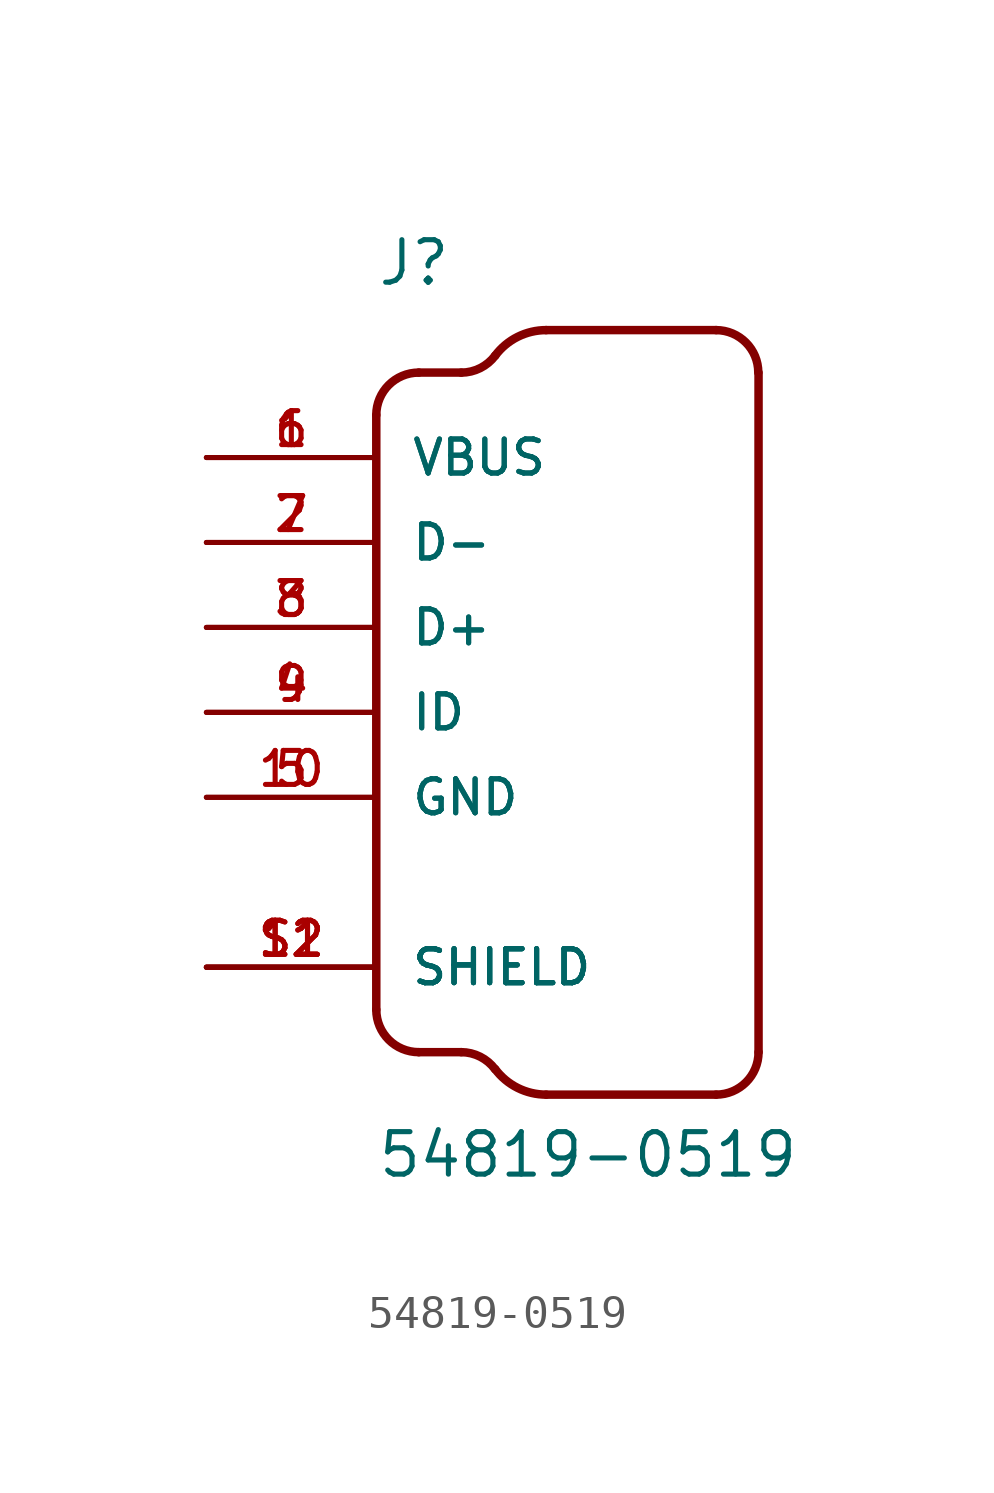
<source format=kicad_sym>
(kicad_symbol_lib
  (version 20211014)
  (generator kicad_symbol_editor)
  (symbol "54819-0519"
    (pin_names
      (offset 1.016))
    (property "Reference" "J"
      (at -2.54 10.16 0)
      (effects (font (size 1.27 1.27)) (justify bottom left)))
    (property "Value" "54819-0519"
      (at -2.54 -16.51 0)
      (effects (font (size 1.27 1.27)) (justify bottom left)))
    (symbol "54819-0519_0_0"
      (polyline (pts (xy -2.54 6.35) (xy -2.54 -11.43)) (stroke (width 0.254)))
      (arc (start -1.27 -12.7) (mid -2.168 -12.328) (end -2.54 -11.43) (stroke (width 0.254) (type default) (color 0 0 0 0)) (fill (type none)))
      (polyline (pts (xy -1.27 -12.7) (xy 0.0 -12.7)) (stroke (width 0.254)))
      (arc (start 1.016 -13.208) (mid 0.5667 -12.8334) (end 0.0 -12.7) (stroke (width 0.254) (type default) (color 0 0 0 0)) (fill (type none)))
      (arc (start 2.54 -13.97) (mid 1.6861 -13.7679) (end 1.016 -13.208) (stroke (width 0.254) (type default) (color 0 0 0 0)) (fill (type none)))
      (polyline (pts (xy 2.54 -13.97) (xy 7.62 -13.97)) (stroke (width 0.254)))
      (arc (start 8.89 -12.7) (mid 8.518 -13.598) (end 7.62 -13.97) (stroke (width 0.254) (type default) (color 0 0 0 0)) (fill (type none)))
      (polyline (pts (xy 8.89 -12.7) (xy 8.89 7.62)) (stroke (width 0.254)))
      (arc (start -1.27 7.62) (mid -2.168 7.248) (end -2.54 6.35) (stroke (width 0.254) (type default) (color 0 0 0 0)) (fill (type none)))
      (polyline (pts (xy -1.27 7.62) (xy 0.0 7.62)) (stroke (width 0.254)))
      (arc (start 1.016 8.128) (mid 0.5667 7.7534) (end 0.0 7.62) (stroke (width 0.254) (type default) (color 0 0 0 0)) (fill (type none)))
      (arc (start 2.54 8.89) (mid 1.6861 8.6879) (end 1.016 8.128) (stroke (width 0.254) (type default) (color 0 0 0 0)) (fill (type none)))
      (polyline (pts (xy 2.54 8.89) (xy 7.62 8.89)) (stroke (width 0.254)))
      (arc (start 8.89 7.62) (mid 8.518 8.518) (end 7.62 8.89) (stroke (width 0.254) (type default) (color 0 0 0 0)) (fill (type none)))
      (pin power_in line (at -7.62 5.08 0) (length 5.08) (name "VBUS" (effects (font (size 1.016 1.016)))) (number "1" (effects (font (size 1.016 1.016)))))
      (pin power_in line (at -7.62 5.08 0) (length 5.08) (name "VBUS" (effects (font (size 1.016 1.016)))) (number "6" (effects (font (size 1.016 1.016)))))
      (pin bidirectional line (at -7.62 2.54 0) (length 5.08) (name "D-" (effects (font (size 1.016 1.016)))) (number "2" (effects (font (size 1.016 1.016)))))
      (pin bidirectional line (at -7.62 2.54 0) (length 5.08) (name "D-" (effects (font (size 1.016 1.016)))) (number "7" (effects (font (size 1.016 1.016)))))
      (pin bidirectional line (at -7.62 0.0 0) (length 5.08) (name "D+" (effects (font (size 1.016 1.016)))) (number "3" (effects (font (size 1.016 1.016)))))
      (pin bidirectional line (at -7.62 0.0 0) (length 5.08) (name "D+" (effects (font (size 1.016 1.016)))) (number "8" (effects (font (size 1.016 1.016)))))
      (pin bidirectional line (at -7.62 -2.54 0) (length 5.08) (name "ID" (effects (font (size 1.016 1.016)))) (number "4" (effects (font (size 1.016 1.016)))))
      (pin bidirectional line (at -7.62 -2.54 0) (length 5.08) (name "ID" (effects (font (size 1.016 1.016)))) (number "9" (effects (font (size 1.016 1.016)))))
      (pin power_in line (at -7.62 -5.08 0) (length 5.08) (name "GND" (effects (font (size 1.016 1.016)))) (number "5" (effects (font (size 1.016 1.016)))))
      (pin power_in line (at -7.62 -5.08 0) (length 5.08) (name "GND" (effects (font (size 1.016 1.016)))) (number "10" (effects (font (size 1.016 1.016)))))
      (pin passive line (at -7.62 -10.16 0) (length 5.08) (name "SHIELD" (effects (font (size 1.016 1.016)))) (number "11" (effects (font (size 1.016 1.016)))))
      (pin passive line (at -7.62 -10.16 0) (length 5.08) (name "SHIELD" (effects (font (size 1.016 1.016)))) (number "12" (effects (font (size 1.016 1.016)))))
      (pin passive line (at -7.62 -10.16 0) (length 5.08) (name "SHIELD" (effects (font (size 1.016 1.016)))) (number "S1" (effects (font (size 1.016 1.016)))))
      (pin passive line (at -7.62 -10.16 0) (length 5.08) (name "SHIELD" (effects (font (size 1.016 1.016)))) (number "S2" (effects (font (size 1.016 1.016))))))))
</source>
